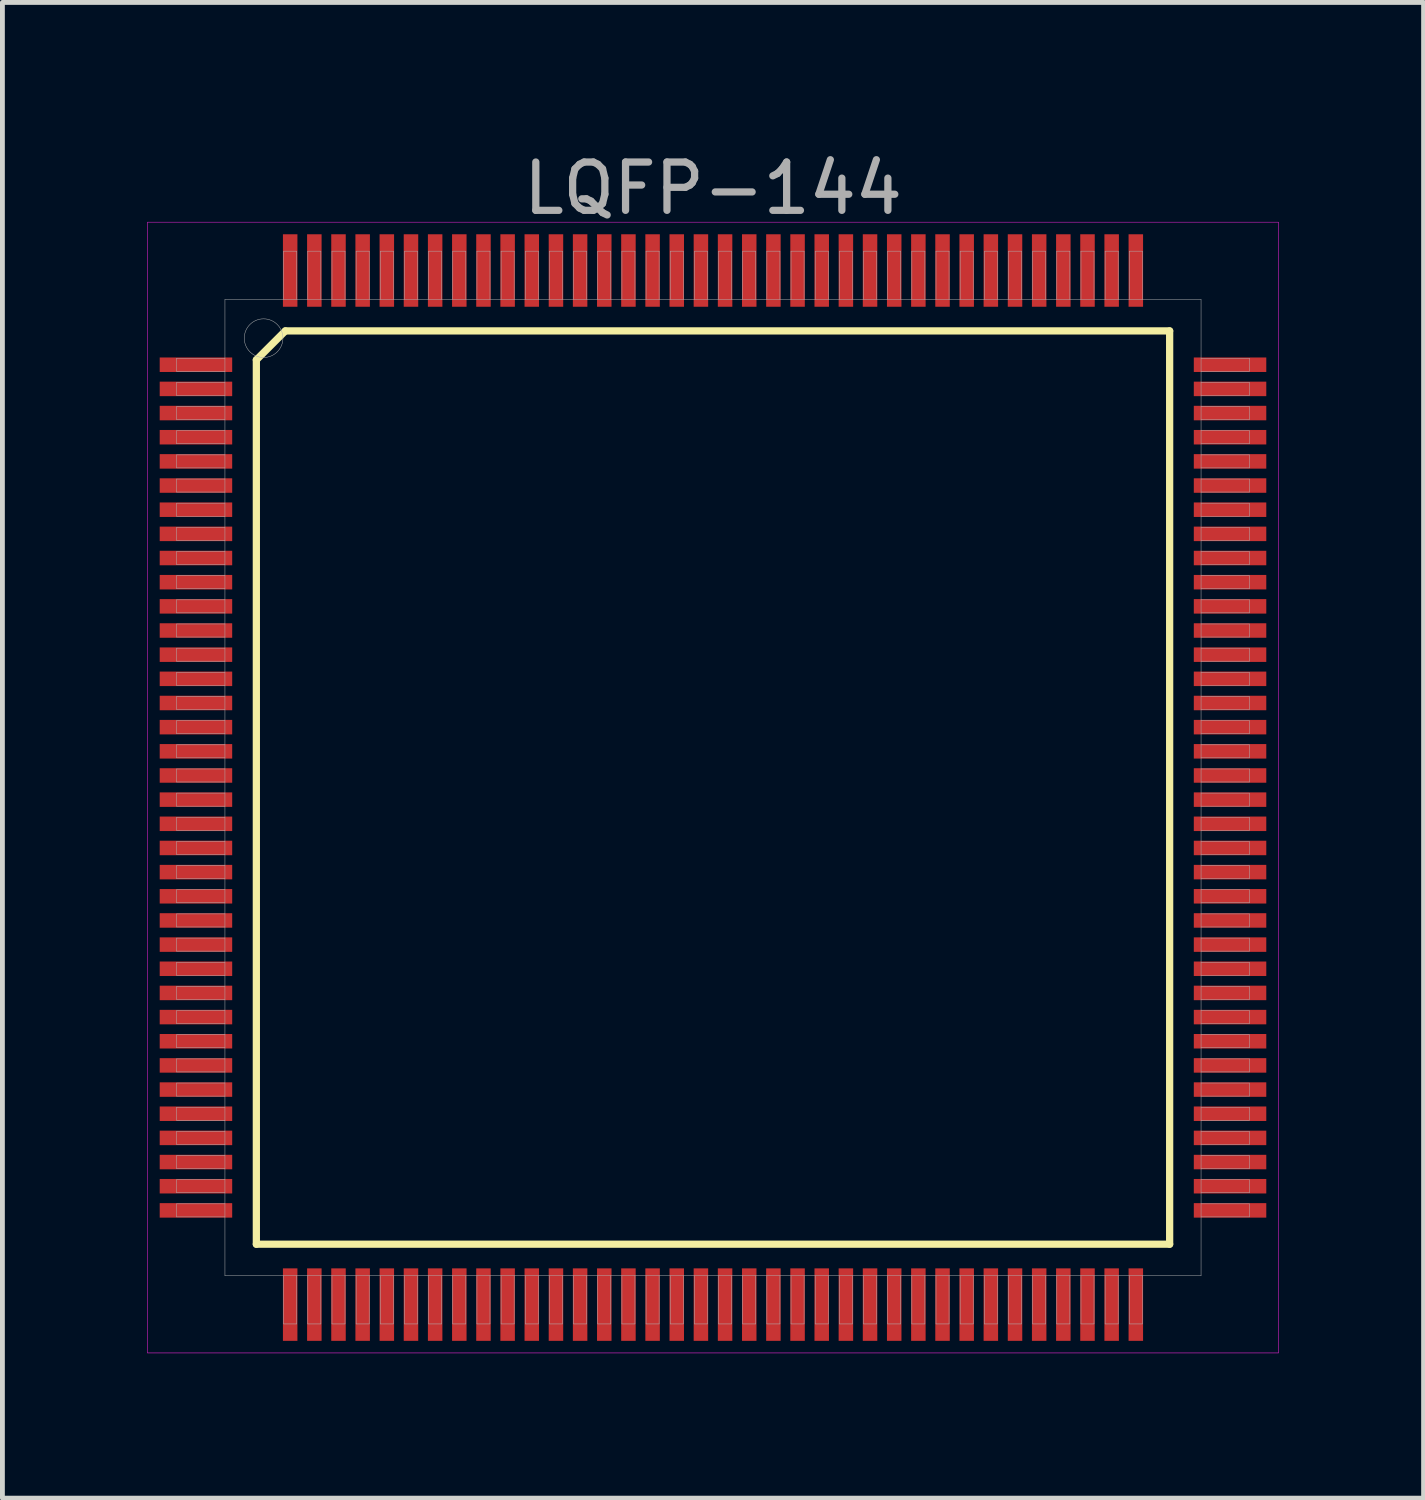
<source format=kicad_pcb>
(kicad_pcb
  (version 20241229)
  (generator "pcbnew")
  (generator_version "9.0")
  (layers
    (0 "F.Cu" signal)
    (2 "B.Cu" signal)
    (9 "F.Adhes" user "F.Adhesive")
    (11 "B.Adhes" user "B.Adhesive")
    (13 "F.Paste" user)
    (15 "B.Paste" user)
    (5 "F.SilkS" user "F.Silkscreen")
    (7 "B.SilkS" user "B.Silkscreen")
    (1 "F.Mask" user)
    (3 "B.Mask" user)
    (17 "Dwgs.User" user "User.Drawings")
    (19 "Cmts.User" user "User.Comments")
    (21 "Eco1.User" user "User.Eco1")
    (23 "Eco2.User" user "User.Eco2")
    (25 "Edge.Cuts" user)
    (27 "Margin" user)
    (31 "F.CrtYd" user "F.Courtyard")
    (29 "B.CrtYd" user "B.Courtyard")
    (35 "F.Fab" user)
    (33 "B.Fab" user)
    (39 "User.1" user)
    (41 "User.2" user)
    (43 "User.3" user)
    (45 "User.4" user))
  (footprint "LQFP-144"
    (layer "F.Cu")
    (at 11.705 13.248)
    (property "Reference" "LQFP-144" (at 0 -12.4 0) (layer "F.Fab") (effects (font (size 1 1) (thickness 0.15))))
    (attr through_hole)
    (fp_line (start -9.45 -8.85) (end -8.85 -9.45) (stroke (width 0.15) (type solid)) (layer "F.SilkS"))
    (fp_line (start -9.45 9.45) (end -9.45 -8.85) (stroke (width 0.15) (type solid)) (layer "F.SilkS"))
    (fp_line (start -8.85 -9.45) (end 9.45 -9.45) (stroke (width 0.15) (type solid)) (layer "F.SilkS"))
    (fp_line (start 9.45 -9.45) (end 9.45 9.45) (stroke (width 0.15) (type solid)) (layer "F.SilkS"))
    (fp_line (start 9.45 9.45) (end -9.45 9.45) (stroke (width 0.15) (type solid)) (layer "F.SilkS"))
    (fp_line (start -11.7 -11.7) (end 11.7 -11.7) (stroke (width 0.01) (type solid)) (layer "F.CrtYd"))
    (fp_line (start -11.7 11.7) (end -11.7 -11.7) (stroke (width 0.01) (type solid)) (layer "F.CrtYd"))
    (fp_line (start 11.7 -11.7) (end 11.7 11.7) (stroke (width 0.01) (type solid)) (layer "F.CrtYd"))
    (fp_line (start 11.7 11.7) (end -11.7 11.7) (stroke (width 0.01) (type solid)) (layer "F.CrtYd"))
    (fp_line (start -11.1 -8.885) (end -10.1 -8.885) (stroke (width 0.01) (type solid)) (layer "F.Fab"))
    (fp_line (start -11.1 -8.615) (end -11.1 -8.885) (stroke (width 0.01) (type solid)) (layer "F.Fab"))
    (fp_line (start -11.1 -8.385) (end -10.1 -8.385) (stroke (width 0.01) (type solid)) (layer "F.Fab"))
    (fp_line (start -11.1 -8.115) (end -11.1 -8.385) (stroke (width 0.01) (type solid)) (layer "F.Fab"))
    (fp_line (start -11.1 -7.885) (end -10.1 -7.885) (stroke (width 0.01) (type solid)) (layer "F.Fab"))
    (fp_line (start -11.1 -7.615) (end -11.1 -7.885) (stroke (width 0.01) (type solid)) (layer "F.Fab"))
    (fp_line (start -11.1 -7.385) (end -10.1 -7.385) (stroke (width 0.01) (type solid)) (layer "F.Fab"))
    (fp_line (start -11.1 -7.115) (end -11.1 -7.385) (stroke (width 0.01) (type solid)) (layer "F.Fab"))
    (fp_line (start -11.1 -6.885) (end -10.1 -6.885) (stroke (width 0.01) (type solid)) (layer "F.Fab"))
    (fp_line (start -11.1 -6.615) (end -11.1 -6.885) (stroke (width 0.01) (type solid)) (layer "F.Fab"))
    (fp_line (start -11.1 -6.385) (end -10.1 -6.385) (stroke (width 0.01) (type solid)) (layer "F.Fab"))
    (fp_line (start -11.1 -6.115) (end -11.1 -6.385) (stroke (width 0.01) (type solid)) (layer "F.Fab"))
    (fp_line (start -11.1 -5.885) (end -10.1 -5.885) (stroke (width 0.01) (type solid)) (layer "F.Fab"))
    (fp_line (start -11.1 -5.615) (end -11.1 -5.885) (stroke (width 0.01) (type solid)) (layer "F.Fab"))
    (fp_line (start -11.1 -5.385) (end -10.1 -5.385) (stroke (width 0.01) (type solid)) (layer "F.Fab"))
    (fp_line (start -11.1 -5.115) (end -11.1 -5.385) (stroke (width 0.01) (type solid)) (layer "F.Fab"))
    (fp_line (start -11.1 -4.885) (end -10.1 -4.885) (stroke (width 0.01) (type solid)) (layer "F.Fab"))
    (fp_line (start -11.1 -4.615) (end -11.1 -4.885) (stroke (width 0.01) (type solid)) (layer "F.Fab"))
    (fp_line (start -11.1 -4.385) (end -10.1 -4.385) (stroke (width 0.01) (type solid)) (layer "F.Fab"))
    (fp_line (start -11.1 -4.115) (end -11.1 -4.385) (stroke (width 0.01) (type solid)) (layer "F.Fab"))
    (fp_line (start -11.1 -3.885) (end -10.1 -3.885) (stroke (width 0.01) (type solid)) (layer "F.Fab"))
    (fp_line (start -11.1 -3.615) (end -11.1 -3.885) (stroke (width 0.01) (type solid)) (layer "F.Fab"))
    (fp_line (start -11.1 -3.385) (end -10.1 -3.385) (stroke (width 0.01) (type solid)) (layer "F.Fab"))
    (fp_line (start -11.1 -3.115) (end -11.1 -3.385) (stroke (width 0.01) (type solid)) (layer "F.Fab"))
    (fp_line (start -11.1 -2.885) (end -10.1 -2.885) (stroke (width 0.01) (type solid)) (layer "F.Fab"))
    (fp_line (start -11.1 -2.615) (end -11.1 -2.885) (stroke (width 0.01) (type solid)) (layer "F.Fab"))
    (fp_line (start -11.1 -2.385) (end -10.1 -2.385) (stroke (width 0.01) (type solid)) (layer "F.Fab"))
    (fp_line (start -11.1 -2.115) (end -11.1 -2.385) (stroke (width 0.01) (type solid)) (layer "F.Fab"))
    (fp_line (start -11.1 -1.885) (end -10.1 -1.885) (stroke (width 0.01) (type solid)) (layer "F.Fab"))
    (fp_line (start -11.1 -1.615) (end -11.1 -1.885) (stroke (width 0.01) (type solid)) (layer "F.Fab"))
    (fp_line (start -11.1 -1.385) (end -10.1 -1.385) (stroke (width 0.01) (type solid)) (layer "F.Fab"))
    (fp_line (start -11.1 -1.115) (end -11.1 -1.385) (stroke (width 0.01) (type solid)) (layer "F.Fab"))
    (fp_line (start -11.1 -0.885) (end -10.1 -0.885) (stroke (width 0.01) (type solid)) (layer "F.Fab"))
    (fp_line (start -11.1 -0.615) (end -11.1 -0.885) (stroke (width 0.01) (type solid)) (layer "F.Fab"))
    (fp_line (start -11.1 -0.385) (end -10.1 -0.385) (stroke (width 0.01) (type solid)) (layer "F.Fab"))
    (fp_line (start -11.1 -0.115) (end -11.1 -0.385) (stroke (width 0.01) (type solid)) (layer "F.Fab"))
    (fp_line (start -11.1 0.115) (end -10.1 0.115) (stroke (width 0.01) (type solid)) (layer "F.Fab"))
    (fp_line (start -11.1 0.385) (end -11.1 0.115) (stroke (width 0.01) (type solid)) (layer "F.Fab"))
    (fp_line (start -11.1 0.615) (end -10.1 0.615) (stroke (width 0.01) (type solid)) (layer "F.Fab"))
    (fp_line (start -11.1 0.885) (end -11.1 0.615) (stroke (width 0.01) (type solid)) (layer "F.Fab"))
    (fp_line (start -11.1 1.115) (end -10.1 1.115) (stroke (width 0.01) (type solid)) (layer "F.Fab"))
    (fp_line (start -11.1 1.385) (end -11.1 1.115) (stroke (width 0.01) (type solid)) (layer "F.Fab"))
    (fp_line (start -11.1 1.615) (end -10.1 1.615) (stroke (width 0.01) (type solid)) (layer "F.Fab"))
    (fp_line (start -11.1 1.885) (end -11.1 1.615) (stroke (width 0.01) (type solid)) (layer "F.Fab"))
    (fp_line (start -11.1 2.115) (end -10.1 2.115) (stroke (width 0.01) (type solid)) (layer "F.Fab"))
    (fp_line (start -11.1 2.385) (end -11.1 2.115) (stroke (width 0.01) (type solid)) (layer "F.Fab"))
    (fp_line (start -11.1 2.615) (end -10.1 2.615) (stroke (width 0.01) (type solid)) (layer "F.Fab"))
    (fp_line (start -11.1 2.885) (end -11.1 2.615) (stroke (width 0.01) (type solid)) (layer "F.Fab"))
    (fp_line (start -11.1 3.115) (end -10.1 3.115) (stroke (width 0.01) (type solid)) (layer "F.Fab"))
    (fp_line (start -11.1 3.385) (end -11.1 3.115) (stroke (width 0.01) (type solid)) (layer "F.Fab"))
    (fp_line (start -11.1 3.615) (end -10.1 3.615) (stroke (width 0.01) (type solid)) (layer "F.Fab"))
    (fp_line (start -11.1 3.885) (end -11.1 3.615) (stroke (width 0.01) (type solid)) (layer "F.Fab"))
    (fp_line (start -11.1 4.115) (end -10.1 4.115) (stroke (width 0.01) (type solid)) (layer "F.Fab"))
    (fp_line (start -11.1 4.385) (end -11.1 4.115) (stroke (width 0.01) (type solid)) (layer "F.Fab"))
    (fp_line (start -11.1 4.615) (end -10.1 4.615) (stroke (width 0.01) (type solid)) (layer "F.Fab"))
    (fp_line (start -11.1 4.885) (end -11.1 4.615) (stroke (width 0.01) (type solid)) (layer "F.Fab"))
    (fp_line (start -11.1 5.115) (end -10.1 5.115) (stroke (width 0.01) (type solid)) (layer "F.Fab"))
    (fp_line (start -11.1 5.385) (end -11.1 5.115) (stroke (width 0.01) (type solid)) (layer "F.Fab"))
    (fp_line (start -11.1 5.615) (end -10.1 5.615) (stroke (width 0.01) (type solid)) (layer "F.Fab"))
    (fp_line (start -11.1 5.885) (end -11.1 5.615) (stroke (width 0.01) (type solid)) (layer "F.Fab"))
    (fp_line (start -11.1 6.115) (end -10.1 6.115) (stroke (width 0.01) (type solid)) (layer "F.Fab"))
    (fp_line (start -11.1 6.385) (end -11.1 6.115) (stroke (width 0.01) (type solid)) (layer "F.Fab"))
    (fp_line (start -11.1 6.615) (end -10.1 6.615) (stroke (width 0.01) (type solid)) (layer "F.Fab"))
    (fp_line (start -11.1 6.885) (end -11.1 6.615) (stroke (width 0.01) (type solid)) (layer "F.Fab"))
    (fp_line (start -11.1 7.115) (end -10.1 7.115) (stroke (width 0.01) (type solid)) (layer "F.Fab"))
    (fp_line (start -11.1 7.385) (end -11.1 7.115) (stroke (width 0.01) (type solid)) (layer "F.Fab"))
    (fp_line (start -11.1 7.615) (end -10.1 7.615) (stroke (width 0.01) (type solid)) (layer "F.Fab"))
    (fp_line (start -11.1 7.885) (end -11.1 7.615) (stroke (width 0.01) (type solid)) (layer "F.Fab"))
    (fp_line (start -11.1 8.115) (end -10.1 8.115) (stroke (width 0.01) (type solid)) (layer "F.Fab"))
    (fp_line (start -11.1 8.385) (end -11.1 8.115) (stroke (width 0.01) (type solid)) (layer "F.Fab"))
    (fp_line (start -11.1 8.615) (end -10.1 8.615) (stroke (width 0.01) (type solid)) (layer "F.Fab"))
    (fp_line (start -11.1 8.885) (end -11.1 8.615) (stroke (width 0.01) (type solid)) (layer "F.Fab"))
    (fp_line (start -10.1 -10.1) (end 10.1 -10.1) (stroke (width 0.01) (type solid)) (layer "F.Fab"))
    (fp_line (start -10.1 -8.615) (end -11.1 -8.615) (stroke (width 0.01) (type solid)) (layer "F.Fab"))
    (fp_line (start -10.1 -8.115) (end -11.1 -8.115) (stroke (width 0.01) (type solid)) (layer "F.Fab"))
    (fp_line (start -10.1 -7.615) (end -11.1 -7.615) (stroke (width 0.01) (type solid)) (layer "F.Fab"))
    (fp_line (start -10.1 -7.115) (end -11.1 -7.115) (stroke (width 0.01) (type solid)) (layer "F.Fab"))
    (fp_line (start -10.1 -6.615) (end -11.1 -6.615) (stroke (width 0.01) (type solid)) (layer "F.Fab"))
    (fp_line (start -10.1 -6.115) (end -11.1 -6.115) (stroke (width 0.01) (type solid)) (layer "F.Fab"))
    (fp_line (start -10.1 -5.615) (end -11.1 -5.615) (stroke (width 0.01) (type solid)) (layer "F.Fab"))
    (fp_line (start -10.1 -5.115) (end -11.1 -5.115) (stroke (width 0.01) (type solid)) (layer "F.Fab"))
    (fp_line (start -10.1 -4.615) (end -11.1 -4.615) (stroke (width 0.01) (type solid)) (layer "F.Fab"))
    (fp_line (start -10.1 -4.115) (end -11.1 -4.115) (stroke (width 0.01) (type solid)) (layer "F.Fab"))
    (fp_line (start -10.1 -3.615) (end -11.1 -3.615) (stroke (width 0.01) (type solid)) (layer "F.Fab"))
    (fp_line (start -10.1 -3.115) (end -11.1 -3.115) (stroke (width 0.01) (type solid)) (layer "F.Fab"))
    (fp_line (start -10.1 -2.615) (end -11.1 -2.615) (stroke (width 0.01) (type solid)) (layer "F.Fab"))
    (fp_line (start -10.1 -2.115) (end -11.1 -2.115) (stroke (width 0.01) (type solid)) (layer "F.Fab"))
    (fp_line (start -10.1 -1.615) (end -11.1 -1.615) (stroke (width 0.01) (type solid)) (layer "F.Fab"))
    (fp_line (start -10.1 -1.115) (end -11.1 -1.115) (stroke (width 0.01) (type solid)) (layer "F.Fab"))
    (fp_line (start -10.1 -0.615) (end -11.1 -0.615) (stroke (width 0.01) (type solid)) (layer "F.Fab"))
    (fp_line (start -10.1 -0.115) (end -11.1 -0.115) (stroke (width 0.01) (type solid)) (layer "F.Fab"))
    (fp_line (start -10.1 0.385) (end -11.1 0.385) (stroke (width 0.01) (type solid)) (layer "F.Fab"))
    (fp_line (start -10.1 0.885) (end -11.1 0.885) (stroke (width 0.01) (type solid)) (layer "F.Fab"))
    (fp_line (start -10.1 1.385) (end -11.1 1.385) (stroke (width 0.01) (type solid)) (layer "F.Fab"))
    (fp_line (start -10.1 1.885) (end -11.1 1.885) (stroke (width 0.01) (type solid)) (layer "F.Fab"))
    (fp_line (start -10.1 2.385) (end -11.1 2.385) (stroke (width 0.01) (type solid)) (layer "F.Fab"))
    (fp_line (start -10.1 2.885) (end -11.1 2.885) (stroke (width 0.01) (type solid)) (layer "F.Fab"))
    (fp_line (start -10.1 3.385) (end -11.1 3.385) (stroke (width 0.01) (type solid)) (layer "F.Fab"))
    (fp_line (start -10.1 3.885) (end -11.1 3.885) (stroke (width 0.01) (type solid)) (layer "F.Fab"))
    (fp_line (start -10.1 4.385) (end -11.1 4.385) (stroke (width 0.01) (type solid)) (layer "F.Fab"))
    (fp_line (start -10.1 4.885) (end -11.1 4.885) (stroke (width 0.01) (type solid)) (layer "F.Fab"))
    (fp_line (start -10.1 5.385) (end -11.1 5.385) (stroke (width 0.01) (type solid)) (layer "F.Fab"))
    (fp_line (start -10.1 5.885) (end -11.1 5.885) (stroke (width 0.01) (type solid)) (layer "F.Fab"))
    (fp_line (start -10.1 6.385) (end -11.1 6.385) (stroke (width 0.01) (type solid)) (layer "F.Fab"))
    (fp_line (start -10.1 6.885) (end -11.1 6.885) (stroke (width 0.01) (type solid)) (layer "F.Fab"))
    (fp_line (start -10.1 7.385) (end -11.1 7.385) (stroke (width 0.01) (type solid)) (layer "F.Fab"))
    (fp_line (start -10.1 7.885) (end -11.1 7.885) (stroke (width 0.01) (type solid)) (layer "F.Fab"))
    (fp_line (start -10.1 8.385) (end -11.1 8.385) (stroke (width 0.01) (type solid)) (layer "F.Fab"))
    (fp_line (start -10.1 8.885) (end -11.1 8.885) (stroke (width 0.01) (type solid)) (layer "F.Fab"))
    (fp_line (start -10.1 10.1) (end -10.1 -10.1) (stroke (width 0.01) (type solid)) (layer "F.Fab"))
    (fp_line (start -8.885 -11.1) (end -8.615 -11.1) (stroke (width 0.01) (type solid)) (layer "F.Fab"))
    (fp_line (start -8.885 -10.1) (end -8.885 -11.1) (stroke (width 0.01) (type solid)) (layer "F.Fab"))
    (fp_line (start -8.885 11.1) (end -8.885 10.1) (stroke (width 0.01) (type solid)) (layer "F.Fab"))
    (fp_line (start -8.615 -11.1) (end -8.615 -10.1) (stroke (width 0.01) (type solid)) (layer "F.Fab"))
    (fp_line (start -8.615 10.1) (end -8.615 11.1) (stroke (width 0.01) (type solid)) (layer "F.Fab"))
    (fp_line (start -8.615 11.1) (end -8.885 11.1) (stroke (width 0.01) (type solid)) (layer "F.Fab"))
    (fp_line (start -8.385 -11.1) (end -8.115 -11.1) (stroke (width 0.01) (type solid)) (layer "F.Fab"))
    (fp_line (start -8.385 -10.1) (end -8.385 -11.1) (stroke (width 0.01) (type solid)) (layer "F.Fab"))
    (fp_line (start -8.385 11.1) (end -8.385 10.1) (stroke (width 0.01) (type solid)) (layer "F.Fab"))
    (fp_line (start -8.115 -11.1) (end -8.115 -10.1) (stroke (width 0.01) (type solid)) (layer "F.Fab"))
    (fp_line (start -8.115 10.1) (end -8.115 11.1) (stroke (width 0.01) (type solid)) (layer "F.Fab"))
    (fp_line (start -8.115 11.1) (end -8.385 11.1) (stroke (width 0.01) (type solid)) (layer "F.Fab"))
    (fp_line (start -7.885 -11.1) (end -7.615 -11.1) (stroke (width 0.01) (type solid)) (layer "F.Fab"))
    (fp_line (start -7.885 -10.1) (end -7.885 -11.1) (stroke (width 0.01) (type solid)) (layer "F.Fab"))
    (fp_line (start -7.885 11.1) (end -7.885 10.1) (stroke (width 0.01) (type solid)) (layer "F.Fab"))
    (fp_line (start -7.615 -11.1) (end -7.615 -10.1) (stroke (width 0.01) (type solid)) (layer "F.Fab"))
    (fp_line (start -7.615 10.1) (end -7.615 11.1) (stroke (width 0.01) (type solid)) (layer "F.Fab"))
    (fp_line (start -7.615 11.1) (end -7.885 11.1) (stroke (width 0.01) (type solid)) (layer "F.Fab"))
    (fp_line (start -7.385 -11.1) (end -7.115 -11.1) (stroke (width 0.01) (type solid)) (layer "F.Fab"))
    (fp_line (start -7.385 -10.1) (end -7.385 -11.1) (stroke (width 0.01) (type solid)) (layer "F.Fab"))
    (fp_line (start -7.385 11.1) (end -7.385 10.1) (stroke (width 0.01) (type solid)) (layer "F.Fab"))
    (fp_line (start -7.115 -11.1) (end -7.115 -10.1) (stroke (width 0.01) (type solid)) (layer "F.Fab"))
    (fp_line (start -7.115 10.1) (end -7.115 11.1) (stroke (width 0.01) (type solid)) (layer "F.Fab"))
    (fp_line (start -7.115 11.1) (end -7.385 11.1) (stroke (width 0.01) (type solid)) (layer "F.Fab"))
    (fp_line (start -6.885 -11.1) (end -6.615 -11.1) (stroke (width 0.01) (type solid)) (layer "F.Fab"))
    (fp_line (start -6.885 -10.1) (end -6.885 -11.1) (stroke (width 0.01) (type solid)) (layer "F.Fab"))
    (fp_line (start -6.885 11.1) (end -6.885 10.1) (stroke (width 0.01) (type solid)) (layer "F.Fab"))
    (fp_line (start -6.615 -11.1) (end -6.615 -10.1) (stroke (width 0.01) (type solid)) (layer "F.Fab"))
    (fp_line (start -6.615 10.1) (end -6.615 11.1) (stroke (width 0.01) (type solid)) (layer "F.Fab"))
    (fp_line (start -6.615 11.1) (end -6.885 11.1) (stroke (width 0.01) (type solid)) (layer "F.Fab"))
    (fp_line (start -6.385 -11.1) (end -6.115 -11.1) (stroke (width 0.01) (type solid)) (layer "F.Fab"))
    (fp_line (start -6.385 -10.1) (end -6.385 -11.1) (stroke (width 0.01) (type solid)) (layer "F.Fab"))
    (fp_line (start -6.385 11.1) (end -6.385 10.1) (stroke (width 0.01) (type solid)) (layer "F.Fab"))
    (fp_line (start -6.115 -11.1) (end -6.115 -10.1) (stroke (width 0.01) (type solid)) (layer "F.Fab"))
    (fp_line (start -6.115 10.1) (end -6.115 11.1) (stroke (width 0.01) (type solid)) (layer "F.Fab"))
    (fp_line (start -6.115 11.1) (end -6.385 11.1) (stroke (width 0.01) (type solid)) (layer "F.Fab"))
    (fp_line (start -5.885 -11.1) (end -5.615 -11.1) (stroke (width 0.01) (type solid)) (layer "F.Fab"))
    (fp_line (start -5.885 -10.1) (end -5.885 -11.1) (stroke (width 0.01) (type solid)) (layer "F.Fab"))
    (fp_line (start -5.885 11.1) (end -5.885 10.1) (stroke (width 0.01) (type solid)) (layer "F.Fab"))
    (fp_line (start -5.615 -11.1) (end -5.615 -10.1) (stroke (width 0.01) (type solid)) (layer "F.Fab"))
    (fp_line (start -5.615 10.1) (end -5.615 11.1) (stroke (width 0.01) (type solid)) (layer "F.Fab"))
    (fp_line (start -5.615 11.1) (end -5.885 11.1) (stroke (width 0.01) (type solid)) (layer "F.Fab"))
    (fp_line (start -5.385 -11.1) (end -5.115 -11.1) (stroke (width 0.01) (type solid)) (layer "F.Fab"))
    (fp_line (start -5.385 -10.1) (end -5.385 -11.1) (stroke (width 0.01) (type solid)) (layer "F.Fab"))
    (fp_line (start -5.385 11.1) (end -5.385 10.1) (stroke (width 0.01) (type solid)) (layer "F.Fab"))
    (fp_line (start -5.115 -11.1) (end -5.115 -10.1) (stroke (width 0.01) (type solid)) (layer "F.Fab"))
    (fp_line (start -5.115 10.1) (end -5.115 11.1) (stroke (width 0.01) (type solid)) (layer "F.Fab"))
    (fp_line (start -5.115 11.1) (end -5.385 11.1) (stroke (width 0.01) (type solid)) (layer "F.Fab"))
    (fp_line (start -4.885 -11.1) (end -4.615 -11.1) (stroke (width 0.01) (type solid)) (layer "F.Fab"))
    (fp_line (start -4.885 -10.1) (end -4.885 -11.1) (stroke (width 0.01) (type solid)) (layer "F.Fab"))
    (fp_line (start -4.885 11.1) (end -4.885 10.1) (stroke (width 0.01) (type solid)) (layer "F.Fab"))
    (fp_line (start -4.615 -11.1) (end -4.615 -10.1) (stroke (width 0.01) (type solid)) (layer "F.Fab"))
    (fp_line (start -4.615 10.1) (end -4.615 11.1) (stroke (width 0.01) (type solid)) (layer "F.Fab"))
    (fp_line (start -4.615 11.1) (end -4.885 11.1) (stroke (width 0.01) (type solid)) (layer "F.Fab"))
    (fp_line (start -4.385 -11.1) (end -4.115 -11.1) (stroke (width 0.01) (type solid)) (layer "F.Fab"))
    (fp_line (start -4.385 -10.1) (end -4.385 -11.1) (stroke (width 0.01) (type solid)) (layer "F.Fab"))
    (fp_line (start -4.385 11.1) (end -4.385 10.1) (stroke (width 0.01) (type solid)) (layer "F.Fab"))
    (fp_line (start -4.115 -11.1) (end -4.115 -10.1) (stroke (width 0.01) (type solid)) (layer "F.Fab"))
    (fp_line (start -4.115 10.1) (end -4.115 11.1) (stroke (width 0.01) (type solid)) (layer "F.Fab"))
    (fp_line (start -4.115 11.1) (end -4.385 11.1) (stroke (width 0.01) (type solid)) (layer "F.Fab"))
    (fp_line (start -3.885 -11.1) (end -3.615 -11.1) (stroke (width 0.01) (type solid)) (layer "F.Fab"))
    (fp_line (start -3.885 -10.1) (end -3.885 -11.1) (stroke (width 0.01) (type solid)) (layer "F.Fab"))
    (fp_line (start -3.885 11.1) (end -3.885 10.1) (stroke (width 0.01) (type solid)) (layer "F.Fab"))
    (fp_line (start -3.615 -11.1) (end -3.615 -10.1) (stroke (width 0.01) (type solid)) (layer "F.Fab"))
    (fp_line (start -3.615 10.1) (end -3.615 11.1) (stroke (width 0.01) (type solid)) (layer "F.Fab"))
    (fp_line (start -3.615 11.1) (end -3.885 11.1) (stroke (width 0.01) (type solid)) (layer "F.Fab"))
    (fp_line (start -3.385 -11.1) (end -3.115 -11.1) (stroke (width 0.01) (type solid)) (layer "F.Fab"))
    (fp_line (start -3.385 -10.1) (end -3.385 -11.1) (stroke (width 0.01) (type solid)) (layer "F.Fab"))
    (fp_line (start -3.385 11.1) (end -3.385 10.1) (stroke (width 0.01) (type solid)) (layer "F.Fab"))
    (fp_line (start -3.115 -11.1) (end -3.115 -10.1) (stroke (width 0.01) (type solid)) (layer "F.Fab"))
    (fp_line (start -3.115 10.1) (end -3.115 11.1) (stroke (width 0.01) (type solid)) (layer "F.Fab"))
    (fp_line (start -3.115 11.1) (end -3.385 11.1) (stroke (width 0.01) (type solid)) (layer "F.Fab"))
    (fp_line (start -2.885 -11.1) (end -2.615 -11.1) (stroke (width 0.01) (type solid)) (layer "F.Fab"))
    (fp_line (start -2.885 -10.1) (end -2.885 -11.1) (stroke (width 0.01) (type solid)) (layer "F.Fab"))
    (fp_line (start -2.885 11.1) (end -2.885 10.1) (stroke (width 0.01) (type solid)) (layer "F.Fab"))
    (fp_line (start -2.615 -11.1) (end -2.615 -10.1) (stroke (width 0.01) (type solid)) (layer "F.Fab"))
    (fp_line (start -2.615 10.1) (end -2.615 11.1) (stroke (width 0.01) (type solid)) (layer "F.Fab"))
    (fp_line (start -2.615 11.1) (end -2.885 11.1) (stroke (width 0.01) (type solid)) (layer "F.Fab"))
    (fp_line (start -2.385 -11.1) (end -2.115 -11.1) (stroke (width 0.01) (type solid)) (layer "F.Fab"))
    (fp_line (start -2.385 -10.1) (end -2.385 -11.1) (stroke (width 0.01) (type solid)) (layer "F.Fab"))
    (fp_line (start -2.385 11.1) (end -2.385 10.1) (stroke (width 0.01) (type solid)) (layer "F.Fab"))
    (fp_line (start -2.115 -11.1) (end -2.115 -10.1) (stroke (width 0.01) (type solid)) (layer "F.Fab"))
    (fp_line (start -2.115 10.1) (end -2.115 11.1) (stroke (width 0.01) (type solid)) (layer "F.Fab"))
    (fp_line (start -2.115 11.1) (end -2.385 11.1) (stroke (width 0.01) (type solid)) (layer "F.Fab"))
    (fp_line (start -1.885 -11.1) (end -1.615 -11.1) (stroke (width 0.01) (type solid)) (layer "F.Fab"))
    (fp_line (start -1.885 -10.1) (end -1.885 -11.1) (stroke (width 0.01) (type solid)) (layer "F.Fab"))
    (fp_line (start -1.885 11.1) (end -1.885 10.1) (stroke (width 0.01) (type solid)) (layer "F.Fab"))
    (fp_line (start -1.615 -11.1) (end -1.615 -10.1) (stroke (width 0.01) (type solid)) (layer "F.Fab"))
    (fp_line (start -1.615 10.1) (end -1.615 11.1) (stroke (width 0.01) (type solid)) (layer "F.Fab"))
    (fp_line (start -1.615 11.1) (end -1.885 11.1) (stroke (width 0.01) (type solid)) (layer "F.Fab"))
    (fp_line (start -1.385 -11.1) (end -1.115 -11.1) (stroke (width 0.01) (type solid)) (layer "F.Fab"))
    (fp_line (start -1.385 -10.1) (end -1.385 -11.1) (stroke (width 0.01) (type solid)) (layer "F.Fab"))
    (fp_line (start -1.385 11.1) (end -1.385 10.1) (stroke (width 0.01) (type solid)) (layer "F.Fab"))
    (fp_line (start -1.115 -11.1) (end -1.115 -10.1) (stroke (width 0.01) (type solid)) (layer "F.Fab"))
    (fp_line (start -1.115 10.1) (end -1.115 11.1) (stroke (width 0.01) (type solid)) (layer "F.Fab"))
    (fp_line (start -1.115 11.1) (end -1.385 11.1) (stroke (width 0.01) (type solid)) (layer "F.Fab"))
    (fp_line (start -0.885 -11.1) (end -0.615 -11.1) (stroke (width 0.01) (type solid)) (layer "F.Fab"))
    (fp_line (start -0.885 -10.1) (end -0.885 -11.1) (stroke (width 0.01) (type solid)) (layer "F.Fab"))
    (fp_line (start -0.885 11.1) (end -0.885 10.1) (stroke (width 0.01) (type solid)) (layer "F.Fab"))
    (fp_line (start -0.615 -11.1) (end -0.615 -10.1) (stroke (width 0.01) (type solid)) (layer "F.Fab"))
    (fp_line (start -0.615 10.1) (end -0.615 11.1) (stroke (width 0.01) (type solid)) (layer "F.Fab"))
    (fp_line (start -0.615 11.1) (end -0.885 11.1) (stroke (width 0.01) (type solid)) (layer "F.Fab"))
    (fp_line (start -0.385 -11.1) (end -0.115 -11.1) (stroke (width 0.01) (type solid)) (layer "F.Fab"))
    (fp_line (start -0.385 -10.1) (end -0.385 -11.1) (stroke (width 0.01) (type solid)) (layer "F.Fab"))
    (fp_line (start -0.385 11.1) (end -0.385 10.1) (stroke (width 0.01) (type solid)) (layer "F.Fab"))
    (fp_line (start -0.115 -11.1) (end -0.115 -10.1) (stroke (width 0.01) (type solid)) (layer "F.Fab"))
    (fp_line (start -0.115 10.1) (end -0.115 11.1) (stroke (width 0.01) (type solid)) (layer "F.Fab"))
    (fp_line (start -0.115 11.1) (end -0.385 11.1) (stroke (width 0.01) (type solid)) (layer "F.Fab"))
    (fp_line (start 0.115 -11.1) (end 0.385 -11.1) (stroke (width 0.01) (type solid)) (layer "F.Fab"))
    (fp_line (start 0.115 -10.1) (end 0.115 -11.1) (stroke (width 0.01) (type solid)) (layer "F.Fab"))
    (fp_line (start 0.115 11.1) (end 0.115 10.1) (stroke (width 0.01) (type solid)) (layer "F.Fab"))
    (fp_line (start 0.385 -11.1) (end 0.385 -10.1) (stroke (width 0.01) (type solid)) (layer "F.Fab"))
    (fp_line (start 0.385 10.1) (end 0.385 11.1) (stroke (width 0.01) (type solid)) (layer "F.Fab"))
    (fp_line (start 0.385 11.1) (end 0.115 11.1) (stroke (width 0.01) (type solid)) (layer "F.Fab"))
    (fp_line (start 0.615 -11.1) (end 0.885 -11.1) (stroke (width 0.01) (type solid)) (layer "F.Fab"))
    (fp_line (start 0.615 -10.1) (end 0.615 -11.1) (stroke (width 0.01) (type solid)) (layer "F.Fab"))
    (fp_line (start 0.615 11.1) (end 0.615 10.1) (stroke (width 0.01) (type solid)) (layer "F.Fab"))
    (fp_line (start 0.885 -11.1) (end 0.885 -10.1) (stroke (width 0.01) (type solid)) (layer "F.Fab"))
    (fp_line (start 0.885 10.1) (end 0.885 11.1) (stroke (width 0.01) (type solid)) (layer "F.Fab"))
    (fp_line (start 0.885 11.1) (end 0.615 11.1) (stroke (width 0.01) (type solid)) (layer "F.Fab"))
    (fp_line (start 1.115 -11.1) (end 1.385 -11.1) (stroke (width 0.01) (type solid)) (layer "F.Fab"))
    (fp_line (start 1.115 -10.1) (end 1.115 -11.1) (stroke (width 0.01) (type solid)) (layer "F.Fab"))
    (fp_line (start 1.115 11.1) (end 1.115 10.1) (stroke (width 0.01) (type solid)) (layer "F.Fab"))
    (fp_line (start 1.385 -11.1) (end 1.385 -10.1) (stroke (width 0.01) (type solid)) (layer "F.Fab"))
    (fp_line (start 1.385 10.1) (end 1.385 11.1) (stroke (width 0.01) (type solid)) (layer "F.Fab"))
    (fp_line (start 1.385 11.1) (end 1.115 11.1) (stroke (width 0.01) (type solid)) (layer "F.Fab"))
    (fp_line (start 1.615 -11.1) (end 1.885 -11.1) (stroke (width 0.01) (type solid)) (layer "F.Fab"))
    (fp_line (start 1.615 -10.1) (end 1.615 -11.1) (stroke (width 0.01) (type solid)) (layer "F.Fab"))
    (fp_line (start 1.615 11.1) (end 1.615 10.1) (stroke (width 0.01) (type solid)) (layer "F.Fab"))
    (fp_line (start 1.885 -11.1) (end 1.885 -10.1) (stroke (width 0.01) (type solid)) (layer "F.Fab"))
    (fp_line (start 1.885 10.1) (end 1.885 11.1) (stroke (width 0.01) (type solid)) (layer "F.Fab"))
    (fp_line (start 1.885 11.1) (end 1.615 11.1) (stroke (width 0.01) (type solid)) (layer "F.Fab"))
    (fp_line (start 2.115 -11.1) (end 2.385 -11.1) (stroke (width 0.01) (type solid)) (layer "F.Fab"))
    (fp_line (start 2.115 -10.1) (end 2.115 -11.1) (stroke (width 0.01) (type solid)) (layer "F.Fab"))
    (fp_line (start 2.115 11.1) (end 2.115 10.1) (stroke (width 0.01) (type solid)) (layer "F.Fab"))
    (fp_line (start 2.385 -11.1) (end 2.385 -10.1) (stroke (width 0.01) (type solid)) (layer "F.Fab"))
    (fp_line (start 2.385 10.1) (end 2.385 11.1) (stroke (width 0.01) (type solid)) (layer "F.Fab"))
    (fp_line (start 2.385 11.1) (end 2.115 11.1) (stroke (width 0.01) (type solid)) (layer "F.Fab"))
    (fp_line (start 2.615 -11.1) (end 2.885 -11.1) (stroke (width 0.01) (type solid)) (layer "F.Fab"))
    (fp_line (start 2.615 -10.1) (end 2.615 -11.1) (stroke (width 0.01) (type solid)) (layer "F.Fab"))
    (fp_line (start 2.615 11.1) (end 2.615 10.1) (stroke (width 0.01) (type solid)) (layer "F.Fab"))
    (fp_line (start 2.885 -11.1) (end 2.885 -10.1) (stroke (width 0.01) (type solid)) (layer "F.Fab"))
    (fp_line (start 2.885 10.1) (end 2.885 11.1) (stroke (width 0.01) (type solid)) (layer "F.Fab"))
    (fp_line (start 2.885 11.1) (end 2.615 11.1) (stroke (width 0.01) (type solid)) (layer "F.Fab"))
    (fp_line (start 3.115 -11.1) (end 3.385 -11.1) (stroke (width 0.01) (type solid)) (layer "F.Fab"))
    (fp_line (start 3.115 -10.1) (end 3.115 -11.1) (stroke (width 0.01) (type solid)) (layer "F.Fab"))
    (fp_line (start 3.115 11.1) (end 3.115 10.1) (stroke (width 0.01) (type solid)) (layer "F.Fab"))
    (fp_line (start 3.385 -11.1) (end 3.385 -10.1) (stroke (width 0.01) (type solid)) (layer "F.Fab"))
    (fp_line (start 3.385 10.1) (end 3.385 11.1) (stroke (width 0.01) (type solid)) (layer "F.Fab"))
    (fp_line (start 3.385 11.1) (end 3.115 11.1) (stroke (width 0.01) (type solid)) (layer "F.Fab"))
    (fp_line (start 3.615 -11.1) (end 3.885 -11.1) (stroke (width 0.01) (type solid)) (layer "F.Fab"))
    (fp_line (start 3.615 -10.1) (end 3.615 -11.1) (stroke (width 0.01) (type solid)) (layer "F.Fab"))
    (fp_line (start 3.615 11.1) (end 3.615 10.1) (stroke (width 0.01) (type solid)) (layer "F.Fab"))
    (fp_line (start 3.885 -11.1) (end 3.885 -10.1) (stroke (width 0.01) (type solid)) (layer "F.Fab"))
    (fp_line (start 3.885 10.1) (end 3.885 11.1) (stroke (width 0.01) (type solid)) (layer "F.Fab"))
    (fp_line (start 3.885 11.1) (end 3.615 11.1) (stroke (width 0.01) (type solid)) (layer "F.Fab"))
    (fp_line (start 4.115 -11.1) (end 4.385 -11.1) (stroke (width 0.01) (type solid)) (layer "F.Fab"))
    (fp_line (start 4.115 -10.1) (end 4.115 -11.1) (stroke (width 0.01) (type solid)) (layer "F.Fab"))
    (fp_line (start 4.115 11.1) (end 4.115 10.1) (stroke (width 0.01) (type solid)) (layer "F.Fab"))
    (fp_line (start 4.385 -11.1) (end 4.385 -10.1) (stroke (width 0.01) (type solid)) (layer "F.Fab"))
    (fp_line (start 4.385 10.1) (end 4.385 11.1) (stroke (width 0.01) (type solid)) (layer "F.Fab"))
    (fp_line (start 4.385 11.1) (end 4.115 11.1) (stroke (width 0.01) (type solid)) (layer "F.Fab"))
    (fp_line (start 4.615 -11.1) (end 4.885 -11.1) (stroke (width 0.01) (type solid)) (layer "F.Fab"))
    (fp_line (start 4.615 -10.1) (end 4.615 -11.1) (stroke (width 0.01) (type solid)) (layer "F.Fab"))
    (fp_line (start 4.615 11.1) (end 4.615 10.1) (stroke (width 0.01) (type solid)) (layer "F.Fab"))
    (fp_line (start 4.885 -11.1) (end 4.885 -10.1) (stroke (width 0.01) (type solid)) (layer "F.Fab"))
    (fp_line (start 4.885 10.1) (end 4.885 11.1) (stroke (width 0.01) (type solid)) (layer "F.Fab"))
    (fp_line (start 4.885 11.1) (end 4.615 11.1) (stroke (width 0.01) (type solid)) (layer "F.Fab"))
    (fp_line (start 5.115 -11.1) (end 5.385 -11.1) (stroke (width 0.01) (type solid)) (layer "F.Fab"))
    (fp_line (start 5.115 -10.1) (end 5.115 -11.1) (stroke (width 0.01) (type solid)) (layer "F.Fab"))
    (fp_line (start 5.115 11.1) (end 5.115 10.1) (stroke (width 0.01) (type solid)) (layer "F.Fab"))
    (fp_line (start 5.385 -11.1) (end 5.385 -10.1) (stroke (width 0.01) (type solid)) (layer "F.Fab"))
    (fp_line (start 5.385 10.1) (end 5.385 11.1) (stroke (width 0.01) (type solid)) (layer "F.Fab"))
    (fp_line (start 5.385 11.1) (end 5.115 11.1) (stroke (width 0.01) (type solid)) (layer "F.Fab"))
    (fp_line (start 5.615 -11.1) (end 5.885 -11.1) (stroke (width 0.01) (type solid)) (layer "F.Fab"))
    (fp_line (start 5.615 -10.1) (end 5.615 -11.1) (stroke (width 0.01) (type solid)) (layer "F.Fab"))
    (fp_line (start 5.615 11.1) (end 5.615 10.1) (stroke (width 0.01) (type solid)) (layer "F.Fab"))
    (fp_line (start 5.885 -11.1) (end 5.885 -10.1) (stroke (width 0.01) (type solid)) (layer "F.Fab"))
    (fp_line (start 5.885 10.1) (end 5.885 11.1) (stroke (width 0.01) (type solid)) (layer "F.Fab"))
    (fp_line (start 5.885 11.1) (end 5.615 11.1) (stroke (width 0.01) (type solid)) (layer "F.Fab"))
    (fp_line (start 6.115 -11.1) (end 6.385 -11.1) (stroke (width 0.01) (type solid)) (layer "F.Fab"))
    (fp_line (start 6.115 -10.1) (end 6.115 -11.1) (stroke (width 0.01) (type solid)) (layer "F.Fab"))
    (fp_line (start 6.115 11.1) (end 6.115 10.1) (stroke (width 0.01) (type solid)) (layer "F.Fab"))
    (fp_line (start 6.385 -11.1) (end 6.385 -10.1) (stroke (width 0.01) (type solid)) (layer "F.Fab"))
    (fp_line (start 6.385 10.1) (end 6.385 11.1) (stroke (width 0.01) (type solid)) (layer "F.Fab"))
    (fp_line (start 6.385 11.1) (end 6.115 11.1) (stroke (width 0.01) (type solid)) (layer "F.Fab"))
    (fp_line (start 6.615 -11.1) (end 6.885 -11.1) (stroke (width 0.01) (type solid)) (layer "F.Fab"))
    (fp_line (start 6.615 -10.1) (end 6.615 -11.1) (stroke (width 0.01) (type solid)) (layer "F.Fab"))
    (fp_line (start 6.615 11.1) (end 6.615 10.1) (stroke (width 0.01) (type solid)) (layer "F.Fab"))
    (fp_line (start 6.885 -11.1) (end 6.885 -10.1) (stroke (width 0.01) (type solid)) (layer "F.Fab"))
    (fp_line (start 6.885 10.1) (end 6.885 11.1) (stroke (width 0.01) (type solid)) (layer "F.Fab"))
    (fp_line (start 6.885 11.1) (end 6.615 11.1) (stroke (width 0.01) (type solid)) (layer "F.Fab"))
    (fp_line (start 7.115 -11.1) (end 7.385 -11.1) (stroke (width 0.01) (type solid)) (layer "F.Fab"))
    (fp_line (start 7.115 -10.1) (end 7.115 -11.1) (stroke (width 0.01) (type solid)) (layer "F.Fab"))
    (fp_line (start 7.115 11.1) (end 7.115 10.1) (stroke (width 0.01) (type solid)) (layer "F.Fab"))
    (fp_line (start 7.385 -11.1) (end 7.385 -10.1) (stroke (width 0.01) (type solid)) (layer "F.Fab"))
    (fp_line (start 7.385 10.1) (end 7.385 11.1) (stroke (width 0.01) (type solid)) (layer "F.Fab"))
    (fp_line (start 7.385 11.1) (end 7.115 11.1) (stroke (width 0.01) (type solid)) (layer "F.Fab"))
    (fp_line (start 7.615 -11.1) (end 7.885 -11.1) (stroke (width 0.01) (type solid)) (layer "F.Fab"))
    (fp_line (start 7.615 -10.1) (end 7.615 -11.1) (stroke (width 0.01) (type solid)) (layer "F.Fab"))
    (fp_line (start 7.615 11.1) (end 7.615 10.1) (stroke (width 0.01) (type solid)) (layer "F.Fab"))
    (fp_line (start 7.885 -11.1) (end 7.885 -10.1) (stroke (width 0.01) (type solid)) (layer "F.Fab"))
    (fp_line (start 7.885 10.1) (end 7.885 11.1) (stroke (width 0.01) (type solid)) (layer "F.Fab"))
    (fp_line (start 7.885 11.1) (end 7.615 11.1) (stroke (width 0.01) (type solid)) (layer "F.Fab"))
    (fp_line (start 8.115 -11.1) (end 8.385 -11.1) (stroke (width 0.01) (type solid)) (layer "F.Fab"))
    (fp_line (start 8.115 -10.1) (end 8.115 -11.1) (stroke (width 0.01) (type solid)) (layer "F.Fab"))
    (fp_line (start 8.115 11.1) (end 8.115 10.1) (stroke (width 0.01) (type solid)) (layer "F.Fab"))
    (fp_line (start 8.385 -11.1) (end 8.385 -10.1) (stroke (width 0.01) (type solid)) (layer "F.Fab"))
    (fp_line (start 8.385 10.1) (end 8.385 11.1) (stroke (width 0.01) (type solid)) (layer "F.Fab"))
    (fp_line (start 8.385 11.1) (end 8.115 11.1) (stroke (width 0.01) (type solid)) (layer "F.Fab"))
    (fp_line (start 8.615 -11.1) (end 8.885 -11.1) (stroke (width 0.01) (type solid)) (layer "F.Fab"))
    (fp_line (start 8.615 -10.1) (end 8.615 -11.1) (stroke (width 0.01) (type solid)) (layer "F.Fab"))
    (fp_line (start 8.615 11.1) (end 8.615 10.1) (stroke (width 0.01) (type solid)) (layer "F.Fab"))
    (fp_line (start 8.885 -11.1) (end 8.885 -10.1) (stroke (width 0.01) (type solid)) (layer "F.Fab"))
    (fp_line (start 8.885 10.1) (end 8.885 11.1) (stroke (width 0.01) (type solid)) (layer "F.Fab"))
    (fp_line (start 8.885 11.1) (end 8.615 11.1) (stroke (width 0.01) (type solid)) (layer "F.Fab"))
    (fp_line (start 10.1 -10.1) (end 10.1 10.1) (stroke (width 0.01) (type solid)) (layer "F.Fab"))
    (fp_line (start 10.1 -8.885) (end 11.1 -8.885) (stroke (width 0.01) (type solid)) (layer "F.Fab"))
    (fp_line (start 10.1 -8.385) (end 11.1 -8.385) (stroke (width 0.01) (type solid)) (layer "F.Fab"))
    (fp_line (start 10.1 -7.885) (end 11.1 -7.885) (stroke (width 0.01) (type solid)) (layer "F.Fab"))
    (fp_line (start 10.1 -7.385) (end 11.1 -7.385) (stroke (width 0.01) (type solid)) (layer "F.Fab"))
    (fp_line (start 10.1 -6.885) (end 11.1 -6.885) (stroke (width 0.01) (type solid)) (layer "F.Fab"))
    (fp_line (start 10.1 -6.385) (end 11.1 -6.385) (stroke (width 0.01) (type solid)) (layer "F.Fab"))
    (fp_line (start 10.1 -5.885) (end 11.1 -5.885) (stroke (width 0.01) (type solid)) (layer "F.Fab"))
    (fp_line (start 10.1 -5.385) (end 11.1 -5.385) (stroke (width 0.01) (type solid)) (layer "F.Fab"))
    (fp_line (start 10.1 -4.885) (end 11.1 -4.885) (stroke (width 0.01) (type solid)) (layer "F.Fab"))
    (fp_line (start 10.1 -4.385) (end 11.1 -4.385) (stroke (width 0.01) (type solid)) (layer "F.Fab"))
    (fp_line (start 10.1 -3.885) (end 11.1 -3.885) (stroke (width 0.01) (type solid)) (layer "F.Fab"))
    (fp_line (start 10.1 -3.385) (end 11.1 -3.385) (stroke (width 0.01) (type solid)) (layer "F.Fab"))
    (fp_line (start 10.1 -2.885) (end 11.1 -2.885) (stroke (width 0.01) (type solid)) (layer "F.Fab"))
    (fp_line (start 10.1 -2.385) (end 11.1 -2.385) (stroke (width 0.01) (type solid)) (layer "F.Fab"))
    (fp_line (start 10.1 -1.885) (end 11.1 -1.885) (stroke (width 0.01) (type solid)) (layer "F.Fab"))
    (fp_line (start 10.1 -1.385) (end 11.1 -1.385) (stroke (width 0.01) (type solid)) (layer "F.Fab"))
    (fp_line (start 10.1 -0.885) (end 11.1 -0.885) (stroke (width 0.01) (type solid)) (layer "F.Fab"))
    (fp_line (start 10.1 -0.385) (end 11.1 -0.385) (stroke (width 0.01) (type solid)) (layer "F.Fab"))
    (fp_line (start 10.1 0.115) (end 11.1 0.115) (stroke (width 0.01) (type solid)) (layer "F.Fab"))
    (fp_line (start 10.1 0.615) (end 11.1 0.615) (stroke (width 0.01) (type solid)) (layer "F.Fab"))
    (fp_line (start 10.1 1.115) (end 11.1 1.115) (stroke (width 0.01) (type solid)) (layer "F.Fab"))
    (fp_line (start 10.1 1.615) (end 11.1 1.615) (stroke (width 0.01) (type solid)) (layer "F.Fab"))
    (fp_line (start 10.1 2.115) (end 11.1 2.115) (stroke (width 0.01) (type solid)) (layer "F.Fab"))
    (fp_line (start 10.1 2.615) (end 11.1 2.615) (stroke (width 0.01) (type solid)) (layer "F.Fab"))
    (fp_line (start 10.1 3.115) (end 11.1 3.115) (stroke (width 0.01) (type solid)) (layer "F.Fab"))
    (fp_line (start 10.1 3.615) (end 11.1 3.615) (stroke (width 0.01) (type solid)) (layer "F.Fab"))
    (fp_line (start 10.1 4.115) (end 11.1 4.115) (stroke (width 0.01) (type solid)) (layer "F.Fab"))
    (fp_line (start 10.1 4.615) (end 11.1 4.615) (stroke (width 0.01) (type solid)) (layer "F.Fab"))
    (fp_line (start 10.1 5.115) (end 11.1 5.115) (stroke (width 0.01) (type solid)) (layer "F.Fab"))
    (fp_line (start 10.1 5.615) (end 11.1 5.615) (stroke (width 0.01) (type solid)) (layer "F.Fab"))
    (fp_line (start 10.1 6.115) (end 11.1 6.115) (stroke (width 0.01) (type solid)) (layer "F.Fab"))
    (fp_line (start 10.1 6.615) (end 11.1 6.615) (stroke (width 0.01) (type solid)) (layer "F.Fab"))
    (fp_line (start 10.1 7.115) (end 11.1 7.115) (stroke (width 0.01) (type solid)) (layer "F.Fab"))
    (fp_line (start 10.1 7.615) (end 11.1 7.615) (stroke (width 0.01) (type solid)) (layer "F.Fab"))
    (fp_line (start 10.1 8.115) (end 11.1 8.115) (stroke (width 0.01) (type solid)) (layer "F.Fab"))
    (fp_line (start 10.1 8.615) (end 11.1 8.615) (stroke (width 0.01) (type solid)) (layer "F.Fab"))
    (fp_line (start 10.1 10.1) (end -10.1 10.1) (stroke (width 0.01) (type solid)) (layer "F.Fab"))
    (fp_line (start 11.1 -8.885) (end 11.1 -8.615) (stroke (width 0.01) (type solid)) (layer "F.Fab"))
    (fp_line (start 11.1 -8.615) (end 10.1 -8.615) (stroke (width 0.01) (type solid)) (layer "F.Fab"))
    (fp_line (start 11.1 -8.385) (end 11.1 -8.115) (stroke (width 0.01) (type solid)) (layer "F.Fab"))
    (fp_line (start 11.1 -8.115) (end 10.1 -8.115) (stroke (width 0.01) (type solid)) (layer "F.Fab"))
    (fp_line (start 11.1 -7.885) (end 11.1 -7.615) (stroke (width 0.01) (type solid)) (layer "F.Fab"))
    (fp_line (start 11.1 -7.615) (end 10.1 -7.615) (stroke (width 0.01) (type solid)) (layer "F.Fab"))
    (fp_line (start 11.1 -7.385) (end 11.1 -7.115) (stroke (width 0.01) (type solid)) (layer "F.Fab"))
    (fp_line (start 11.1 -7.115) (end 10.1 -7.115) (stroke (width 0.01) (type solid)) (layer "F.Fab"))
    (fp_line (start 11.1 -6.885) (end 11.1 -6.615) (stroke (width 0.01) (type solid)) (layer "F.Fab"))
    (fp_line (start 11.1 -6.615) (end 10.1 -6.615) (stroke (width 0.01) (type solid)) (layer "F.Fab"))
    (fp_line (start 11.1 -6.385) (end 11.1 -6.115) (stroke (width 0.01) (type solid)) (layer "F.Fab"))
    (fp_line (start 11.1 -6.115) (end 10.1 -6.115) (stroke (width 0.01) (type solid)) (layer "F.Fab"))
    (fp_line (start 11.1 -5.885) (end 11.1 -5.615) (stroke (width 0.01) (type solid)) (layer "F.Fab"))
    (fp_line (start 11.1 -5.615) (end 10.1 -5.615) (stroke (width 0.01) (type solid)) (layer "F.Fab"))
    (fp_line (start 11.1 -5.385) (end 11.1 -5.115) (stroke (width 0.01) (type solid)) (layer "F.Fab"))
    (fp_line (start 11.1 -5.115) (end 10.1 -5.115) (stroke (width 0.01) (type solid)) (layer "F.Fab"))
    (fp_line (start 11.1 -4.885) (end 11.1 -4.615) (stroke (width 0.01) (type solid)) (layer "F.Fab"))
    (fp_line (start 11.1 -4.615) (end 10.1 -4.615) (stroke (width 0.01) (type solid)) (layer "F.Fab"))
    (fp_line (start 11.1 -4.385) (end 11.1 -4.115) (stroke (width 0.01) (type solid)) (layer "F.Fab"))
    (fp_line (start 11.1 -4.115) (end 10.1 -4.115) (stroke (width 0.01) (type solid)) (layer "F.Fab"))
    (fp_line (start 11.1 -3.885) (end 11.1 -3.615) (stroke (width 0.01) (type solid)) (layer "F.Fab"))
    (fp_line (start 11.1 -3.615) (end 10.1 -3.615) (stroke (width 0.01) (type solid)) (layer "F.Fab"))
    (fp_line (start 11.1 -3.385) (end 11.1 -3.115) (stroke (width 0.01) (type solid)) (layer "F.Fab"))
    (fp_line (start 11.1 -3.115) (end 10.1 -3.115) (stroke (width 0.01) (type solid)) (layer "F.Fab"))
    (fp_line (start 11.1 -2.885) (end 11.1 -2.615) (stroke (width 0.01) (type solid)) (layer "F.Fab"))
    (fp_line (start 11.1 -2.615) (end 10.1 -2.615) (stroke (width 0.01) (type solid)) (layer "F.Fab"))
    (fp_line (start 11.1 -2.385) (end 11.1 -2.115) (stroke (width 0.01) (type solid)) (layer "F.Fab"))
    (fp_line (start 11.1 -2.115) (end 10.1 -2.115) (stroke (width 0.01) (type solid)) (layer "F.Fab"))
    (fp_line (start 11.1 -1.885) (end 11.1 -1.615) (stroke (width 0.01) (type solid)) (layer "F.Fab"))
    (fp_line (start 11.1 -1.615) (end 10.1 -1.615) (stroke (width 0.01) (type solid)) (layer "F.Fab"))
    (fp_line (start 11.1 -1.385) (end 11.1 -1.115) (stroke (width 0.01) (type solid)) (layer "F.Fab"))
    (fp_line (start 11.1 -1.115) (end 10.1 -1.115) (stroke (width 0.01) (type solid)) (layer "F.Fab"))
    (fp_line (start 11.1 -0.885) (end 11.1 -0.615) (stroke (width 0.01) (type solid)) (layer "F.Fab"))
    (fp_line (start 11.1 -0.615) (end 10.1 -0.615) (stroke (width 0.01) (type solid)) (layer "F.Fab"))
    (fp_line (start 11.1 -0.385) (end 11.1 -0.115) (stroke (width 0.01) (type solid)) (layer "F.Fab"))
    (fp_line (start 11.1 -0.115) (end 10.1 -0.115) (stroke (width 0.01) (type solid)) (layer "F.Fab"))
    (fp_line (start 11.1 0.115) (end 11.1 0.385) (stroke (width 0.01) (type solid)) (layer "F.Fab"))
    (fp_line (start 11.1 0.385) (end 10.1 0.385) (stroke (width 0.01) (type solid)) (layer "F.Fab"))
    (fp_line (start 11.1 0.615) (end 11.1 0.885) (stroke (width 0.01) (type solid)) (layer "F.Fab"))
    (fp_line (start 11.1 0.885) (end 10.1 0.885) (stroke (width 0.01) (type solid)) (layer "F.Fab"))
    (fp_line (start 11.1 1.115) (end 11.1 1.385) (stroke (width 0.01) (type solid)) (layer "F.Fab"))
    (fp_line (start 11.1 1.385) (end 10.1 1.385) (stroke (width 0.01) (type solid)) (layer "F.Fab"))
    (fp_line (start 11.1 1.615) (end 11.1 1.885) (stroke (width 0.01) (type solid)) (layer "F.Fab"))
    (fp_line (start 11.1 1.885) (end 10.1 1.885) (stroke (width 0.01) (type solid)) (layer "F.Fab"))
    (fp_line (start 11.1 2.115) (end 11.1 2.385) (stroke (width 0.01) (type solid)) (layer "F.Fab"))
    (fp_line (start 11.1 2.385) (end 10.1 2.385) (stroke (width 0.01) (type solid)) (layer "F.Fab"))
    (fp_line (start 11.1 2.615) (end 11.1 2.885) (stroke (width 0.01) (type solid)) (layer "F.Fab"))
    (fp_line (start 11.1 2.885) (end 10.1 2.885) (stroke (width 0.01) (type solid)) (layer "F.Fab"))
    (fp_line (start 11.1 3.115) (end 11.1 3.385) (stroke (width 0.01) (type solid)) (layer "F.Fab"))
    (fp_line (start 11.1 3.385) (end 10.1 3.385) (stroke (width 0.01) (type solid)) (layer "F.Fab"))
    (fp_line (start 11.1 3.615) (end 11.1 3.885) (stroke (width 0.01) (type solid)) (layer "F.Fab"))
    (fp_line (start 11.1 3.885) (end 10.1 3.885) (stroke (width 0.01) (type solid)) (layer "F.Fab"))
    (fp_line (start 11.1 4.115) (end 11.1 4.385) (stroke (width 0.01) (type solid)) (layer "F.Fab"))
    (fp_line (start 11.1 4.385) (end 10.1 4.385) (stroke (width 0.01) (type solid)) (layer "F.Fab"))
    (fp_line (start 11.1 4.615) (end 11.1 4.885) (stroke (width 0.01) (type solid)) (layer "F.Fab"))
    (fp_line (start 11.1 4.885) (end 10.1 4.885) (stroke (width 0.01) (type solid)) (layer "F.Fab"))
    (fp_line (start 11.1 5.115) (end 11.1 5.385) (stroke (width 0.01) (type solid)) (layer "F.Fab"))
    (fp_line (start 11.1 5.385) (end 10.1 5.385) (stroke (width 0.01) (type solid)) (layer "F.Fab"))
    (fp_line (start 11.1 5.615) (end 11.1 5.885) (stroke (width 0.01) (type solid)) (layer "F.Fab"))
    (fp_line (start 11.1 5.885) (end 10.1 5.885) (stroke (width 0.01) (type solid)) (layer "F.Fab"))
    (fp_line (start 11.1 6.115) (end 11.1 6.385) (stroke (width 0.01) (type solid)) (layer "F.Fab"))
    (fp_line (start 11.1 6.385) (end 10.1 6.385) (stroke (width 0.01) (type solid)) (layer "F.Fab"))
    (fp_line (start 11.1 6.615) (end 11.1 6.885) (stroke (width 0.01) (type solid)) (layer "F.Fab"))
    (fp_line (start 11.1 6.885) (end 10.1 6.885) (stroke (width 0.01) (type solid)) (layer "F.Fab"))
    (fp_line (start 11.1 7.115) (end 11.1 7.385) (stroke (width 0.01) (type solid)) (layer "F.Fab"))
    (fp_line (start 11.1 7.385) (end 10.1 7.385) (stroke (width 0.01) (type solid)) (layer "F.Fab"))
    (fp_line (start 11.1 7.615) (end 11.1 7.885) (stroke (width 0.01) (type solid)) (layer "F.Fab"))
    (fp_line (start 11.1 7.885) (end 10.1 7.885) (stroke (width 0.01) (type solid)) (layer "F.Fab"))
    (fp_line (start 11.1 8.115) (end 11.1 8.385) (stroke (width 0.01) (type solid)) (layer "F.Fab"))
    (fp_line (start 11.1 8.385) (end 10.1 8.385) (stroke (width 0.01) (type solid)) (layer "F.Fab"))
    (fp_line (start 11.1 8.615) (end 11.1 8.885) (stroke (width 0.01) (type solid)) (layer "F.Fab"))
    (fp_line (start 11.1 8.885) (end 10.1 8.885) (stroke (width 0.01) (type solid)) (layer "F.Fab"))
    (fp_circle (center -9.3 -9.3) (end -9.3 -8.9) (stroke (width 0.01) (type solid)) (fill no) (layer "F.Fab"))
    (pad "1" smd rect (at -10.7 -8.75) (size 1.5 0.3) (layers "F.Cu" "F.Mask" "F.Paste"))
    (pad "2" smd rect (at -10.7 -8.25) (size 1.5 0.3) (layers "F.Cu" "F.Mask" "F.Paste"))
    (pad "3" smd rect (at -10.7 -7.75) (size 1.5 0.3) (layers "F.Cu" "F.Mask" "F.Paste"))
    (pad "4" smd rect (at -10.7 -7.25) (size 1.5 0.3) (layers "F.Cu" "F.Mask" "F.Paste"))
    (pad "5" smd rect (at -10.7 -6.75) (size 1.5 0.3) (layers "F.Cu" "F.Mask" "F.Paste"))
    (pad "6" smd rect (at -10.7 -6.25) (size 1.5 0.3) (layers "F.Cu" "F.Mask" "F.Paste"))
    (pad "7" smd rect (at -10.7 -5.75) (size 1.5 0.3) (layers "F.Cu" "F.Mask" "F.Paste"))
    (pad "8" smd rect (at -10.7 -5.25) (size 1.5 0.3) (layers "F.Cu" "F.Mask" "F.Paste"))
    (pad "9" smd rect (at -10.7 -4.75) (size 1.5 0.3) (layers "F.Cu" "F.Mask" "F.Paste"))
    (pad "10" smd rect (at -10.7 -4.25) (size 1.5 0.3) (layers "F.Cu" "F.Mask" "F.Paste"))
    (pad "11" smd rect (at -10.7 -3.75) (size 1.5 0.3) (layers "F.Cu" "F.Mask" "F.Paste"))
    (pad "12" smd rect (at -10.7 -3.25) (size 1.5 0.3) (layers "F.Cu" "F.Mask" "F.Paste"))
    (pad "13" smd rect (at -10.7 -2.75) (size 1.5 0.3) (layers "F.Cu" "F.Mask" "F.Paste"))
    (pad "14" smd rect (at -10.7 -2.25) (size 1.5 0.3) (layers "F.Cu" "F.Mask" "F.Paste"))
    (pad "15" smd rect (at -10.7 -1.75) (size 1.5 0.3) (layers "F.Cu" "F.Mask" "F.Paste"))
    (pad "16" smd rect (at -10.7 -1.25) (size 1.5 0.3) (layers "F.Cu" "F.Mask" "F.Paste"))
    (pad "17" smd rect (at -10.7 -0.75) (size 1.5 0.3) (layers "F.Cu" "F.Mask" "F.Paste"))
    (pad "18" smd rect (at -10.7 -0.25) (size 1.5 0.3) (layers "F.Cu" "F.Mask" "F.Paste"))
    (pad "19" smd rect (at -10.7 0.25) (size 1.5 0.3) (layers "F.Cu" "F.Mask" "F.Paste"))
    (pad "20" smd rect (at -10.7 0.75) (size 1.5 0.3) (layers "F.Cu" "F.Mask" "F.Paste"))
    (pad "21" smd rect (at -10.7 1.25) (size 1.5 0.3) (layers "F.Cu" "F.Mask" "F.Paste"))
    (pad "22" smd rect (at -10.7 1.75) (size 1.5 0.3) (layers "F.Cu" "F.Mask" "F.Paste"))
    (pad "23" smd rect (at -10.7 2.25) (size 1.5 0.3) (layers "F.Cu" "F.Mask" "F.Paste"))
    (pad "24" smd rect (at -10.7 2.75) (size 1.5 0.3) (layers "F.Cu" "F.Mask" "F.Paste"))
    (pad "25" smd rect (at -10.7 3.25) (size 1.5 0.3) (layers "F.Cu" "F.Mask" "F.Paste"))
    (pad "26" smd rect (at -10.7 3.75) (size 1.5 0.3) (layers "F.Cu" "F.Mask" "F.Paste"))
    (pad "27" smd rect (at -10.7 4.25) (size 1.5 0.3) (layers "F.Cu" "F.Mask" "F.Paste"))
    (pad "28" smd rect (at -10.7 4.75) (size 1.5 0.3) (layers "F.Cu" "F.Mask" "F.Paste"))
    (pad "29" smd rect (at -10.7 5.25) (size 1.5 0.3) (layers "F.Cu" "F.Mask" "F.Paste"))
    (pad "30" smd rect (at -10.7 5.75) (size 1.5 0.3) (layers "F.Cu" "F.Mask" "F.Paste"))
    (pad "31" smd rect (at -10.7 6.25) (size 1.5 0.3) (layers "F.Cu" "F.Mask" "F.Paste"))
    (pad "32" smd rect (at -10.7 6.75) (size 1.5 0.3) (layers "F.Cu" "F.Mask" "F.Paste"))
    (pad "33" smd rect (at -10.7 7.25) (size 1.5 0.3) (layers "F.Cu" "F.Mask" "F.Paste"))
    (pad "34" smd rect (at -10.7 7.75) (size 1.5 0.3) (layers "F.Cu" "F.Mask" "F.Paste"))
    (pad "35" smd rect (at -10.7 8.25) (size 1.5 0.3) (layers "F.Cu" "F.Mask" "F.Paste"))
    (pad "36" smd rect (at -10.7 8.75) (size 1.5 0.3) (layers "F.Cu" "F.Mask" "F.Paste"))
    (pad "37" smd rect (at -8.75 10.7) (size 0.3 1.5) (layers "F.Cu" "F.Mask" "F.Paste"))
    (pad "38" smd rect (at -8.25 10.7) (size 0.3 1.5) (layers "F.Cu" "F.Mask" "F.Paste"))
    (pad "39" smd rect (at -7.75 10.7) (size 0.3 1.5) (layers "F.Cu" "F.Mask" "F.Paste"))
    (pad "40" smd rect (at -7.25 10.7) (size 0.3 1.5) (layers "F.Cu" "F.Mask" "F.Paste"))
    (pad "41" smd rect (at -6.75 10.7) (size 0.3 1.5) (layers "F.Cu" "F.Mask" "F.Paste"))
    (pad "42" smd rect (at -6.25 10.7) (size 0.3 1.5) (layers "F.Cu" "F.Mask" "F.Paste"))
    (pad "43" smd rect (at -5.75 10.7) (size 0.3 1.5) (layers "F.Cu" "F.Mask" "F.Paste"))
    (pad "44" smd rect (at -5.25 10.7) (size 0.3 1.5) (layers "F.Cu" "F.Mask" "F.Paste"))
    (pad "45" smd rect (at -4.75 10.7) (size 0.3 1.5) (layers "F.Cu" "F.Mask" "F.Paste"))
    (pad "46" smd rect (at -4.25 10.7) (size 0.3 1.5) (layers "F.Cu" "F.Mask" "F.Paste"))
    (pad "47" smd rect (at -3.75 10.7) (size 0.3 1.5) (layers "F.Cu" "F.Mask" "F.Paste"))
    (pad "48" smd rect (at -3.25 10.7) (size 0.3 1.5) (layers "F.Cu" "F.Mask" "F.Paste"))
    (pad "49" smd rect (at -2.75 10.7) (size 0.3 1.5) (layers "F.Cu" "F.Mask" "F.Paste"))
    (pad "50" smd rect (at -2.25 10.7) (size 0.3 1.5) (layers "F.Cu" "F.Mask" "F.Paste"))
    (pad "51" smd rect (at -1.75 10.7) (size 0.3 1.5) (layers "F.Cu" "F.Mask" "F.Paste"))
    (pad "52" smd rect (at -1.25 10.7) (size 0.3 1.5) (layers "F.Cu" "F.Mask" "F.Paste"))
    (pad "53" smd rect (at -0.75 10.7) (size 0.3 1.5) (layers "F.Cu" "F.Mask" "F.Paste"))
    (pad "54" smd rect (at -0.25 10.7) (size 0.3 1.5) (layers "F.Cu" "F.Mask" "F.Paste"))
    (pad "55" smd rect (at 0.25 10.7) (size 0.3 1.5) (layers "F.Cu" "F.Mask" "F.Paste"))
    (pad "56" smd rect (at 0.75 10.7) (size 0.3 1.5) (layers "F.Cu" "F.Mask" "F.Paste"))
    (pad "57" smd rect (at 1.25 10.7) (size 0.3 1.5) (layers "F.Cu" "F.Mask" "F.Paste"))
    (pad "58" smd rect (at 1.75 10.7) (size 0.3 1.5) (layers "F.Cu" "F.Mask" "F.Paste"))
    (pad "59" smd rect (at 2.25 10.7) (size 0.3 1.5) (layers "F.Cu" "F.Mask" "F.Paste"))
    (pad "60" smd rect (at 2.75 10.7) (size 0.3 1.5) (layers "F.Cu" "F.Mask" "F.Paste"))
    (pad "61" smd rect (at 3.25 10.7) (size 0.3 1.5) (layers "F.Cu" "F.Mask" "F.Paste"))
    (pad "62" smd rect (at 3.75 10.7) (size 0.3 1.5) (layers "F.Cu" "F.Mask" "F.Paste"))
    (pad "63" smd rect (at 4.25 10.7) (size 0.3 1.5) (layers "F.Cu" "F.Mask" "F.Paste"))
    (pad "64" smd rect (at 4.75 10.7) (size 0.3 1.5) (layers "F.Cu" "F.Mask" "F.Paste"))
    (pad "65" smd rect (at 5.25 10.7) (size 0.3 1.5) (layers "F.Cu" "F.Mask" "F.Paste"))
    (pad "66" smd rect (at 5.75 10.7) (size 0.3 1.5) (layers "F.Cu" "F.Mask" "F.Paste"))
    (pad "67" smd rect (at 6.25 10.7) (size 0.3 1.5) (layers "F.Cu" "F.Mask" "F.Paste"))
    (pad "68" smd rect (at 6.75 10.7) (size 0.3 1.5) (layers "F.Cu" "F.Mask" "F.Paste"))
    (pad "69" smd rect (at 7.25 10.7) (size 0.3 1.5) (layers "F.Cu" "F.Mask" "F.Paste"))
    (pad "70" smd rect (at 7.75 10.7) (size 0.3 1.5) (layers "F.Cu" "F.Mask" "F.Paste"))
    (pad "71" smd rect (at 8.25 10.7) (size 0.3 1.5) (layers "F.Cu" "F.Mask" "F.Paste"))
    (pad "72" smd rect (at 8.75 10.7) (size 0.3 1.5) (layers "F.Cu" "F.Mask" "F.Paste"))
    (pad "73" smd rect (at 10.7 8.75) (size 1.5 0.3) (layers "F.Cu" "F.Mask" "F.Paste"))
    (pad "74" smd rect (at 10.7 8.25) (size 1.5 0.3) (layers "F.Cu" "F.Mask" "F.Paste"))
    (pad "75" smd rect (at 10.7 7.75) (size 1.5 0.3) (layers "F.Cu" "F.Mask" "F.Paste"))
    (pad "76" smd rect (at 10.7 7.25) (size 1.5 0.3) (layers "F.Cu" "F.Mask" "F.Paste"))
    (pad "77" smd rect (at 10.7 6.75) (size 1.5 0.3) (layers "F.Cu" "F.Mask" "F.Paste"))
    (pad "78" smd rect (at 10.7 6.25) (size 1.5 0.3) (layers "F.Cu" "F.Mask" "F.Paste"))
    (pad "79" smd rect (at 10.7 5.75) (size 1.5 0.3) (layers "F.Cu" "F.Mask" "F.Paste"))
    (pad "80" smd rect (at 10.7 5.25) (size 1.5 0.3) (layers "F.Cu" "F.Mask" "F.Paste"))
    (pad "81" smd rect (at 10.7 4.75) (size 1.5 0.3) (layers "F.Cu" "F.Mask" "F.Paste"))
    (pad "82" smd rect (at 10.7 4.25) (size 1.5 0.3) (layers "F.Cu" "F.Mask" "F.Paste"))
    (pad "83" smd rect (at 10.7 3.75) (size 1.5 0.3) (layers "F.Cu" "F.Mask" "F.Paste"))
    (pad "84" smd rect (at 10.7 3.25) (size 1.5 0.3) (layers "F.Cu" "F.Mask" "F.Paste"))
    (pad "85" smd rect (at 10.7 2.75) (size 1.5 0.3) (layers "F.Cu" "F.Mask" "F.Paste"))
    (pad "86" smd rect (at 10.7 2.25) (size 1.5 0.3) (layers "F.Cu" "F.Mask" "F.Paste"))
    (pad "87" smd rect (at 10.7 1.75) (size 1.5 0.3) (layers "F.Cu" "F.Mask" "F.Paste"))
    (pad "88" smd rect (at 10.7 1.25) (size 1.5 0.3) (layers "F.Cu" "F.Mask" "F.Paste"))
    (pad "89" smd rect (at 10.7 0.75) (size 1.5 0.3) (layers "F.Cu" "F.Mask" "F.Paste"))
    (pad "90" smd rect (at 10.7 0.25) (size 1.5 0.3) (layers "F.Cu" "F.Mask" "F.Paste"))
    (pad "91" smd rect (at 10.7 -0.25) (size 1.5 0.3) (layers "F.Cu" "F.Mask" "F.Paste"))
    (pad "92" smd rect (at 10.7 -0.75) (size 1.5 0.3) (layers "F.Cu" "F.Mask" "F.Paste"))
    (pad "93" smd rect (at 10.7 -1.25) (size 1.5 0.3) (layers "F.Cu" "F.Mask" "F.Paste"))
    (pad "94" smd rect (at 10.7 -1.75) (size 1.5 0.3) (layers "F.Cu" "F.Mask" "F.Paste"))
    (pad "95" smd rect (at 10.7 -2.25) (size 1.5 0.3) (layers "F.Cu" "F.Mask" "F.Paste"))
    (pad "96" smd rect (at 10.7 -2.75) (size 1.5 0.3) (layers "F.Cu" "F.Mask" "F.Paste"))
    (pad "97" smd rect (at 10.7 -3.25) (size 1.5 0.3) (layers "F.Cu" "F.Mask" "F.Paste"))
    (pad "98" smd rect (at 10.7 -3.75) (size 1.5 0.3) (layers "F.Cu" "F.Mask" "F.Paste"))
    (pad "99" smd rect (at 10.7 -4.25) (size 1.5 0.3) (layers "F.Cu" "F.Mask" "F.Paste"))
    (pad "100" smd rect (at 10.7 -4.75) (size 1.5 0.3) (layers "F.Cu" "F.Mask" "F.Paste"))
    (pad "101" smd rect (at 10.7 -5.25) (size 1.5 0.3) (layers "F.Cu" "F.Mask" "F.Paste"))
    (pad "102" smd rect (at 10.7 -5.75) (size 1.5 0.3) (layers "F.Cu" "F.Mask" "F.Paste"))
    (pad "103" smd rect (at 10.7 -6.25) (size 1.5 0.3) (layers "F.Cu" "F.Mask" "F.Paste"))
    (pad "104" smd rect (at 10.7 -6.75) (size 1.5 0.3) (layers "F.Cu" "F.Mask" "F.Paste"))
    (pad "105" smd rect (at 10.7 -7.25) (size 1.5 0.3) (layers "F.Cu" "F.Mask" "F.Paste"))
    (pad "106" smd rect (at 10.7 -7.75) (size 1.5 0.3) (layers "F.Cu" "F.Mask" "F.Paste"))
    (pad "107" smd rect (at 10.7 -8.25) (size 1.5 0.3) (layers "F.Cu" "F.Mask" "F.Paste"))
    (pad "108" smd rect (at 10.7 -8.75) (size 1.5 0.3) (layers "F.Cu" "F.Mask" "F.Paste"))
    (pad "109" smd rect (at 8.75 -10.7) (size 0.3 1.5) (layers "F.Cu" "F.Mask" "F.Paste"))
    (pad "110" smd rect (at 8.25 -10.7) (size 0.3 1.5) (layers "F.Cu" "F.Mask" "F.Paste"))
    (pad "111" smd rect (at 7.75 -10.7) (size 0.3 1.5) (layers "F.Cu" "F.Mask" "F.Paste"))
    (pad "112" smd rect (at 7.25 -10.7) (size 0.3 1.5) (layers "F.Cu" "F.Mask" "F.Paste"))
    (pad "113" smd rect (at 6.75 -10.7) (size 0.3 1.5) (layers "F.Cu" "F.Mask" "F.Paste"))
    (pad "114" smd rect (at 6.25 -10.7) (size 0.3 1.5) (layers "F.Cu" "F.Mask" "F.Paste"))
    (pad "115" smd rect (at 5.75 -10.7) (size 0.3 1.5) (layers "F.Cu" "F.Mask" "F.Paste"))
    (pad "116" smd rect (at 5.25 -10.7) (size 0.3 1.5) (layers "F.Cu" "F.Mask" "F.Paste"))
    (pad "117" smd rect (at 4.75 -10.7) (size 0.3 1.5) (layers "F.Cu" "F.Mask" "F.Paste"))
    (pad "118" smd rect (at 4.25 -10.7) (size 0.3 1.5) (layers "F.Cu" "F.Mask" "F.Paste"))
    (pad "119" smd rect (at 3.75 -10.7) (size 0.3 1.5) (layers "F.Cu" "F.Mask" "F.Paste"))
    (pad "120" smd rect (at 3.25 -10.7) (size 0.3 1.5) (layers "F.Cu" "F.Mask" "F.Paste"))
    (pad "121" smd rect (at 2.75 -10.7) (size 0.3 1.5) (layers "F.Cu" "F.Mask" "F.Paste"))
    (pad "122" smd rect (at 2.25 -10.7) (size 0.3 1.5) (layers "F.Cu" "F.Mask" "F.Paste"))
    (pad "123" smd rect (at 1.75 -10.7) (size 0.3 1.5) (layers "F.Cu" "F.Mask" "F.Paste"))
    (pad "124" smd rect (at 1.25 -10.7) (size 0.3 1.5) (layers "F.Cu" "F.Mask" "F.Paste"))
    (pad "125" smd rect (at 0.75 -10.7) (size 0.3 1.5) (layers "F.Cu" "F.Mask" "F.Paste"))
    (pad "126" smd rect (at 0.25 -10.7) (size 0.3 1.5) (layers "F.Cu" "F.Mask" "F.Paste"))
    (pad "127" smd rect (at -0.25 -10.7) (size 0.3 1.5) (layers "F.Cu" "F.Mask" "F.Paste"))
    (pad "128" smd rect (at -0.75 -10.7) (size 0.3 1.5) (layers "F.Cu" "F.Mask" "F.Paste"))
    (pad "129" smd rect (at -1.25 -10.7) (size 0.3 1.5) (layers "F.Cu" "F.Mask" "F.Paste"))
    (pad "130" smd rect (at -1.75 -10.7) (size 0.3 1.5) (layers "F.Cu" "F.Mask" "F.Paste"))
    (pad "131" smd rect (at -2.25 -10.7) (size 0.3 1.5) (layers "F.Cu" "F.Mask" "F.Paste"))
    (pad "132" smd rect (at -2.75 -10.7) (size 0.3 1.5) (layers "F.Cu" "F.Mask" "F.Paste"))
    (pad "133" smd rect (at -3.25 -10.7) (size 0.3 1.5) (layers "F.Cu" "F.Mask" "F.Paste"))
    (pad "134" smd rect (at -3.75 -10.7) (size 0.3 1.5) (layers "F.Cu" "F.Mask" "F.Paste"))
    (pad "135" smd rect (at -4.25 -10.7) (size 0.3 1.5) (layers "F.Cu" "F.Mask" "F.Paste"))
    (pad "136" smd rect (at -4.75 -10.7) (size 0.3 1.5) (layers "F.Cu" "F.Mask" "F.Paste"))
    (pad "137" smd rect (at -5.25 -10.7) (size 0.3 1.5) (layers "F.Cu" "F.Mask" "F.Paste"))
    (pad "138" smd rect (at -5.75 -10.7) (size 0.3 1.5) (layers "F.Cu" "F.Mask" "F.Paste"))
    (pad "139" smd rect (at -6.25 -10.7) (size 0.3 1.5) (layers "F.Cu" "F.Mask" "F.Paste"))
    (pad "140" smd rect (at -6.75 -10.7) (size 0.3 1.5) (layers "F.Cu" "F.Mask" "F.Paste"))
    (pad "141" smd rect (at -7.25 -10.7) (size 0.3 1.5) (layers "F.Cu" "F.Mask" "F.Paste"))
    (pad "142" smd rect (at -7.75 -10.7) (size 0.3 1.5) (layers "F.Cu" "F.Mask" "F.Paste"))
    (pad "143" smd rect (at -8.25 -10.7) (size 0.3 1.5) (layers "F.Cu" "F.Mask" "F.Paste"))
    (pad "144" smd rect (at -8.75 -10.7) (size 0.3 1.5) (layers "F.Cu" "F.Mask" "F.Paste")))
  (gr_rect
    (start -3 -3)
    (end 26.41 27.953)
    (stroke (width 0.1) (type default))
    (fill no)
    (layer "Edge.Cuts")))
</source>
